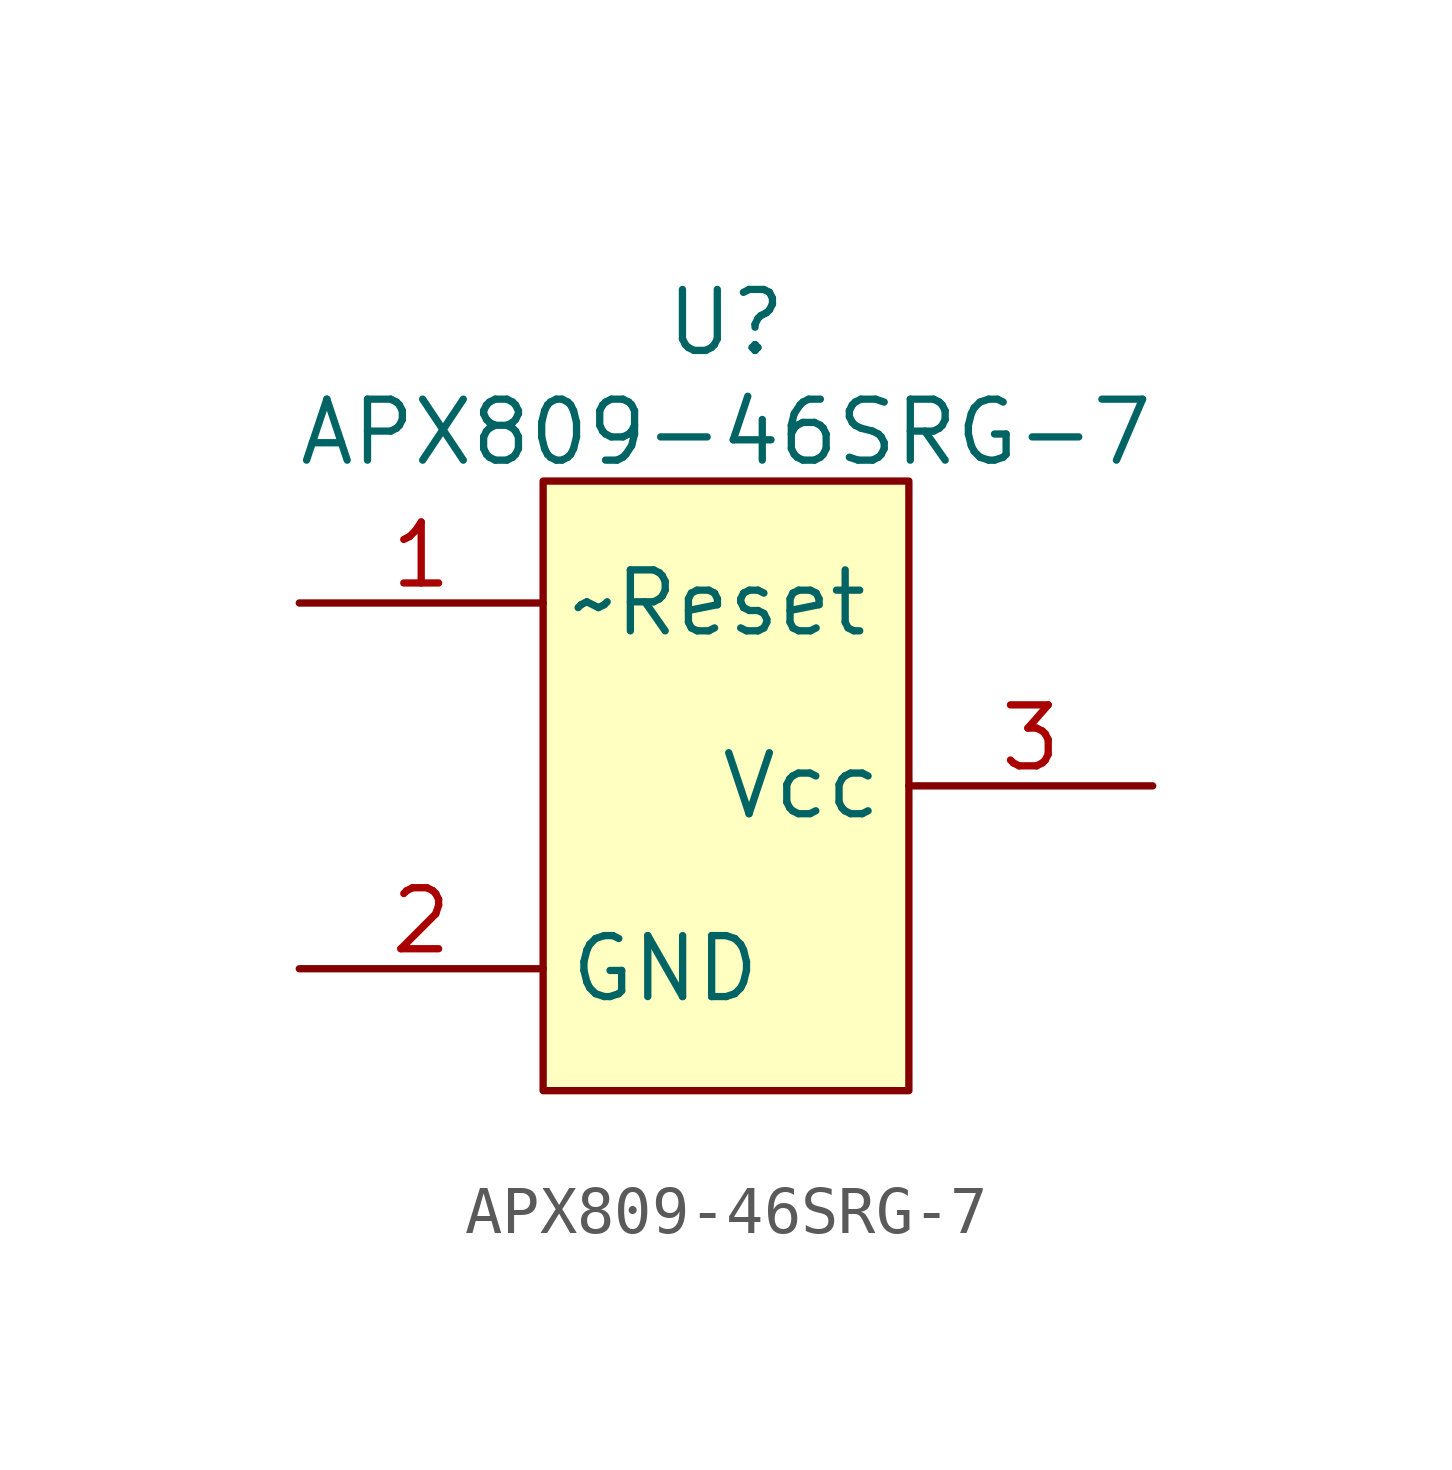
<source format=kicad_sym>
(kicad_symbol_lib
  (version 20241209)
  (generator "kicad_symbol_editor")
  (generator_version "9.0")
  (symbol "APX809-46SRG-7"
    (property "Reference" "U"
      (at 0 7.112 0)
      (effects (font (size 1.27 1.27))))
    (property "Value" "APX809-46SRG-7"
      (at 0 4.826 0)
      (effects (font (size 1.27 1.27))))
    (symbol "APX809-46SRG-7_0_1"
      (rectangle (start -3.81 3.81) (end 3.81 -8.89) (stroke (width 0) (type default)) (fill (type color) (color 255 255 194 1))))
    (symbol "APX809-46SRG-7_1_1"
      (pin passive line (at -8.89 1.27 0) (length 5.08) (name "~Reset" (effects (font (size 1.27 1.27)))) (number "1" (effects (font (size 1.27 1.27)))))
      (pin passive line (at -8.89 -6.35 0) (length 5.08) (name "GND" (effects (font (size 1.27 1.27)))) (number "2" (effects (font (size 1.27 1.27)))))
      (pin passive line (at 8.89 -2.54 180) (length 5.08) (name "Vcc" (effects (font (size 1.27 1.27)))) (number "3" (effects (font (size 1.27 1.27))))))))
</source>
